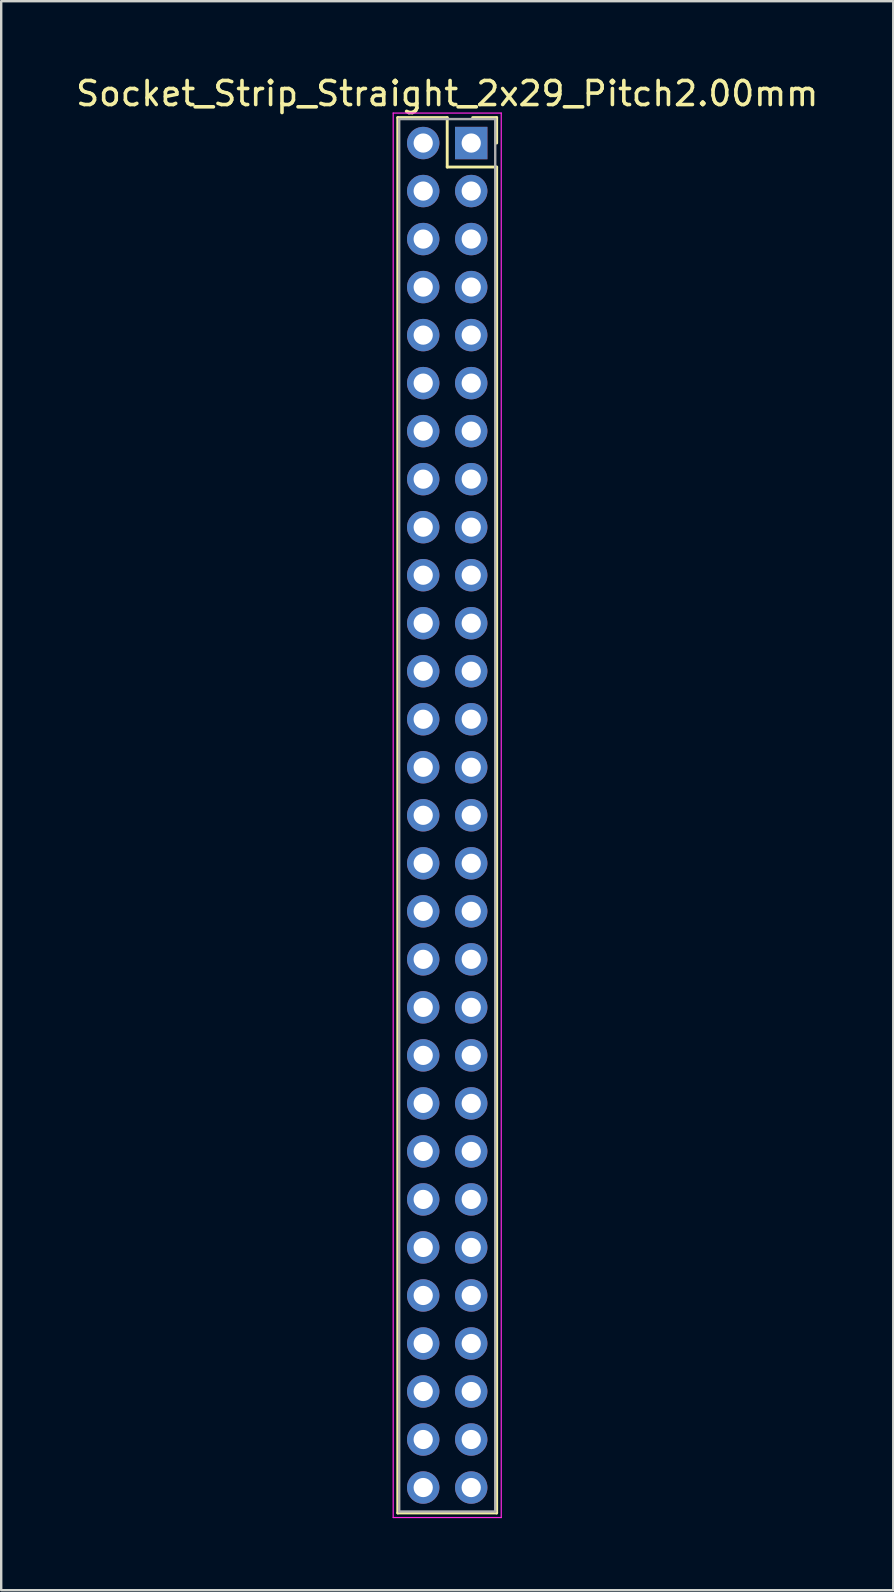
<source format=kicad_pcb>
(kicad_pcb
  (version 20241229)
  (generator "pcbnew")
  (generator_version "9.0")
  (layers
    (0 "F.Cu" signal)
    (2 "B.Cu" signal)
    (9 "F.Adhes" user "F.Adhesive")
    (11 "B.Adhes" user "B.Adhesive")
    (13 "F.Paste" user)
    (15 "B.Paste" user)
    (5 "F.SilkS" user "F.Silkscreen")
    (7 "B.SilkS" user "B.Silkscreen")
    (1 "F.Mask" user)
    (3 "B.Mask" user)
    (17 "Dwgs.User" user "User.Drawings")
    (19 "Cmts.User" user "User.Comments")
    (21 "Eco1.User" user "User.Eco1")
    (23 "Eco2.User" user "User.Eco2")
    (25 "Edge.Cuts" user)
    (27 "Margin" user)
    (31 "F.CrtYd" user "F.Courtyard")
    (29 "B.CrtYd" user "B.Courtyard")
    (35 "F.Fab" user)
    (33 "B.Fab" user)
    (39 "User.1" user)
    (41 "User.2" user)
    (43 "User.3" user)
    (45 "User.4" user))
  (footprint "Socket_Strip_Straight_2x29_Pitch2.00mm"
    (layer "F.Cu")
    (at 16.577 2.908)
    (property "Reference" "Socket_Strip_Straight_2x29_Pitch2.00mm" (at -1 -2.06 0) (layer "F.SilkS") (effects (font (size 1 1) (thickness 0.15))))
    (attr through_hole)
    (fp_line (start -3.06 -1.06) (end -1 -1.06) (stroke (width 0.12) (type solid)) (layer "F.SilkS"))
    (fp_line (start -3.06 57.06) (end -3.06 -1.06) (stroke (width 0.12) (type solid)) (layer "F.SilkS"))
    (fp_line (start -1 -1.06) (end -1 1) (stroke (width 0.12) (type solid)) (layer "F.SilkS"))
    (fp_line (start -1 1) (end 1.06 1) (stroke (width 0.12) (type solid)) (layer "F.SilkS"))
    (fp_line (start 1.06 -1.06) (end 0.06 -1.06) (stroke (width 0.12) (type solid)) (layer "F.SilkS"))
    (fp_line (start 1.06 0) (end 1.06 -1.06) (stroke (width 0.12) (type solid)) (layer "F.SilkS"))
    (fp_line (start 1.06 1) (end 1.06 57.06) (stroke (width 0.12) (type solid)) (layer "F.SilkS"))
    (fp_line (start 1.06 57.06) (end -3.06 57.06) (stroke (width 0.12) (type solid)) (layer "F.SilkS"))
    (fp_line (start -3.25 -1.25) (end -3.25 57.25) (stroke (width 0.05) (type solid)) (layer "F.CrtYd"))
    (fp_line (start -3.25 57.25) (end 1.25 57.25) (stroke (width 0.05) (type solid)) (layer "F.CrtYd"))
    (fp_line (start 1.25 -1.25) (end -3.25 -1.25) (stroke (width 0.05) (type solid)) (layer "F.CrtYd"))
    (fp_line (start 1.25 57.25) (end 1.25 -1.25) (stroke (width 0.05) (type solid)) (layer "F.CrtYd"))
    (fp_line (start -3 -1) (end -3 57) (stroke (width 0.1) (type solid)) (layer "F.Fab"))
    (fp_line (start -3 57) (end 1 57) (stroke (width 0.1) (type solid)) (layer "F.Fab"))
    (fp_line (start 1 -1) (end -3 -1) (stroke (width 0.1) (type solid)) (layer "F.Fab"))
    (fp_line (start 1 57) (end 1 -1) (stroke (width 0.1) (type solid)) (layer "F.Fab"))
    (pad "1" thru_hole rect (at 0 0) (size 1.35 1.35) (drill 0.8) (layers "*.Cu" "*.Mask"))
    (pad "2" thru_hole oval (at -2 0) (size 1.35 1.35) (drill 0.8) (layers "*.Cu" "*.Mask"))
    (pad "3" thru_hole oval (at 0 2) (size 1.35 1.35) (drill 0.8) (layers "*.Cu" "*.Mask"))
    (pad "4" thru_hole oval (at -2 2) (size 1.35 1.35) (drill 0.8) (layers "*.Cu" "*.Mask"))
    (pad "5" thru_hole oval (at 0 4) (size 1.35 1.35) (drill 0.8) (layers "*.Cu" "*.Mask"))
    (pad "6" thru_hole oval (at -2 4) (size 1.35 1.35) (drill 0.8) (layers "*.Cu" "*.Mask"))
    (pad "7" thru_hole oval (at 0 6) (size 1.35 1.35) (drill 0.8) (layers "*.Cu" "*.Mask"))
    (pad "8" thru_hole oval (at -2 6) (size 1.35 1.35) (drill 0.8) (layers "*.Cu" "*.Mask"))
    (pad "9" thru_hole oval (at 0 8) (size 1.35 1.35) (drill 0.8) (layers "*.Cu" "*.Mask"))
    (pad "10" thru_hole oval (at -2 8) (size 1.35 1.35) (drill 0.8) (layers "*.Cu" "*.Mask"))
    (pad "11" thru_hole oval (at 0 10) (size 1.35 1.35) (drill 0.8) (layers "*.Cu" "*.Mask"))
    (pad "12" thru_hole oval (at -2 10) (size 1.35 1.35) (drill 0.8) (layers "*.Cu" "*.Mask"))
    (pad "13" thru_hole oval (at 0 12) (size 1.35 1.35) (drill 0.8) (layers "*.Cu" "*.Mask"))
    (pad "14" thru_hole oval (at -2 12) (size 1.35 1.35) (drill 0.8) (layers "*.Cu" "*.Mask"))
    (pad "15" thru_hole oval (at 0 14) (size 1.35 1.35) (drill 0.8) (layers "*.Cu" "*.Mask"))
    (pad "16" thru_hole oval (at -2 14) (size 1.35 1.35) (drill 0.8) (layers "*.Cu" "*.Mask"))
    (pad "17" thru_hole oval (at 0 16) (size 1.35 1.35) (drill 0.8) (layers "*.Cu" "*.Mask"))
    (pad "18" thru_hole oval (at -2 16) (size 1.35 1.35) (drill 0.8) (layers "*.Cu" "*.Mask"))
    (pad "19" thru_hole oval (at 0 18) (size 1.35 1.35) (drill 0.8) (layers "*.Cu" "*.Mask"))
    (pad "20" thru_hole oval (at -2 18) (size 1.35 1.35) (drill 0.8) (layers "*.Cu" "*.Mask"))
    (pad "21" thru_hole oval (at 0 20) (size 1.35 1.35) (drill 0.8) (layers "*.Cu" "*.Mask"))
    (pad "22" thru_hole oval (at -2 20) (size 1.35 1.35) (drill 0.8) (layers "*.Cu" "*.Mask"))
    (pad "23" thru_hole oval (at 0 22) (size 1.35 1.35) (drill 0.8) (layers "*.Cu" "*.Mask"))
    (pad "24" thru_hole oval (at -2 22) (size 1.35 1.35) (drill 0.8) (layers "*.Cu" "*.Mask"))
    (pad "25" thru_hole oval (at 0 24) (size 1.35 1.35) (drill 0.8) (layers "*.Cu" "*.Mask"))
    (pad "26" thru_hole oval (at -2 24) (size 1.35 1.35) (drill 0.8) (layers "*.Cu" "*.Mask"))
    (pad "27" thru_hole oval (at 0 26) (size 1.35 1.35) (drill 0.8) (layers "*.Cu" "*.Mask"))
    (pad "28" thru_hole oval (at -2 26) (size 1.35 1.35) (drill 0.8) (layers "*.Cu" "*.Mask"))
    (pad "29" thru_hole oval (at 0 28) (size 1.35 1.35) (drill 0.8) (layers "*.Cu" "*.Mask"))
    (pad "30" thru_hole oval (at -2 28) (size 1.35 1.35) (drill 0.8) (layers "*.Cu" "*.Mask"))
    (pad "31" thru_hole oval (at 0 30) (size 1.35 1.35) (drill 0.8) (layers "*.Cu" "*.Mask"))
    (pad "32" thru_hole oval (at -2 30) (size 1.35 1.35) (drill 0.8) (layers "*.Cu" "*.Mask"))
    (pad "33" thru_hole oval (at 0 32) (size 1.35 1.35) (drill 0.8) (layers "*.Cu" "*.Mask"))
    (pad "34" thru_hole oval (at -2 32) (size 1.35 1.35) (drill 0.8) (layers "*.Cu" "*.Mask"))
    (pad "35" thru_hole oval (at 0 34) (size 1.35 1.35) (drill 0.8) (layers "*.Cu" "*.Mask"))
    (pad "36" thru_hole oval (at -2 34) (size 1.35 1.35) (drill 0.8) (layers "*.Cu" "*.Mask"))
    (pad "37" thru_hole oval (at 0 36) (size 1.35 1.35) (drill 0.8) (layers "*.Cu" "*.Mask"))
    (pad "38" thru_hole oval (at -2 36) (size 1.35 1.35) (drill 0.8) (layers "*.Cu" "*.Mask"))
    (pad "39" thru_hole oval (at 0 38) (size 1.35 1.35) (drill 0.8) (layers "*.Cu" "*.Mask"))
    (pad "40" thru_hole oval (at -2 38) (size 1.35 1.35) (drill 0.8) (layers "*.Cu" "*.Mask"))
    (pad "41" thru_hole oval (at 0 40) (size 1.35 1.35) (drill 0.8) (layers "*.Cu" "*.Mask"))
    (pad "42" thru_hole oval (at -2 40) (size 1.35 1.35) (drill 0.8) (layers "*.Cu" "*.Mask"))
    (pad "43" thru_hole oval (at 0 42) (size 1.35 1.35) (drill 0.8) (layers "*.Cu" "*.Mask"))
    (pad "44" thru_hole oval (at -2 42) (size 1.35 1.35) (drill 0.8) (layers "*.Cu" "*.Mask"))
    (pad "45" thru_hole oval (at 0 44) (size 1.35 1.35) (drill 0.8) (layers "*.Cu" "*.Mask"))
    (pad "46" thru_hole oval (at -2 44) (size 1.35 1.35) (drill 0.8) (layers "*.Cu" "*.Mask"))
    (pad "47" thru_hole oval (at 0 46) (size 1.35 1.35) (drill 0.8) (layers "*.Cu" "*.Mask"))
    (pad "48" thru_hole oval (at -2 46) (size 1.35 1.35) (drill 0.8) (layers "*.Cu" "*.Mask"))
    (pad "49" thru_hole oval (at 0 48) (size 1.35 1.35) (drill 0.8) (layers "*.Cu" "*.Mask"))
    (pad "50" thru_hole oval (at -2 48) (size 1.35 1.35) (drill 0.8) (layers "*.Cu" "*.Mask"))
    (pad "51" thru_hole oval (at 0 50) (size 1.35 1.35) (drill 0.8) (layers "*.Cu" "*.Mask"))
    (pad "52" thru_hole oval (at -2 50) (size 1.35 1.35) (drill 0.8) (layers "*.Cu" "*.Mask"))
    (pad "53" thru_hole oval (at 0 52) (size 1.35 1.35) (drill 0.8) (layers "*.Cu" "*.Mask"))
    (pad "54" thru_hole oval (at -2 52) (size 1.35 1.35) (drill 0.8) (layers "*.Cu" "*.Mask"))
    (pad "55" thru_hole oval (at 0 54) (size 1.35 1.35) (drill 0.8) (layers "*.Cu" "*.Mask"))
    (pad "56" thru_hole oval (at -2 54) (size 1.35 1.35) (drill 0.8) (layers "*.Cu" "*.Mask"))
    (pad "57" thru_hole oval (at 0 56) (size 1.35 1.35) (drill 0.8) (layers "*.Cu" "*.Mask"))
    (pad "58" thru_hole oval (at -2 56) (size 1.35 1.35) (drill 0.8) (layers "*.Cu" "*.Mask")))
  (gr_rect
    (start -3 -3)
    (end 34.155 63.183)
    (stroke (width 0.1) (type default))
    (fill no)
    (layer "Edge.Cuts")))
</source>
